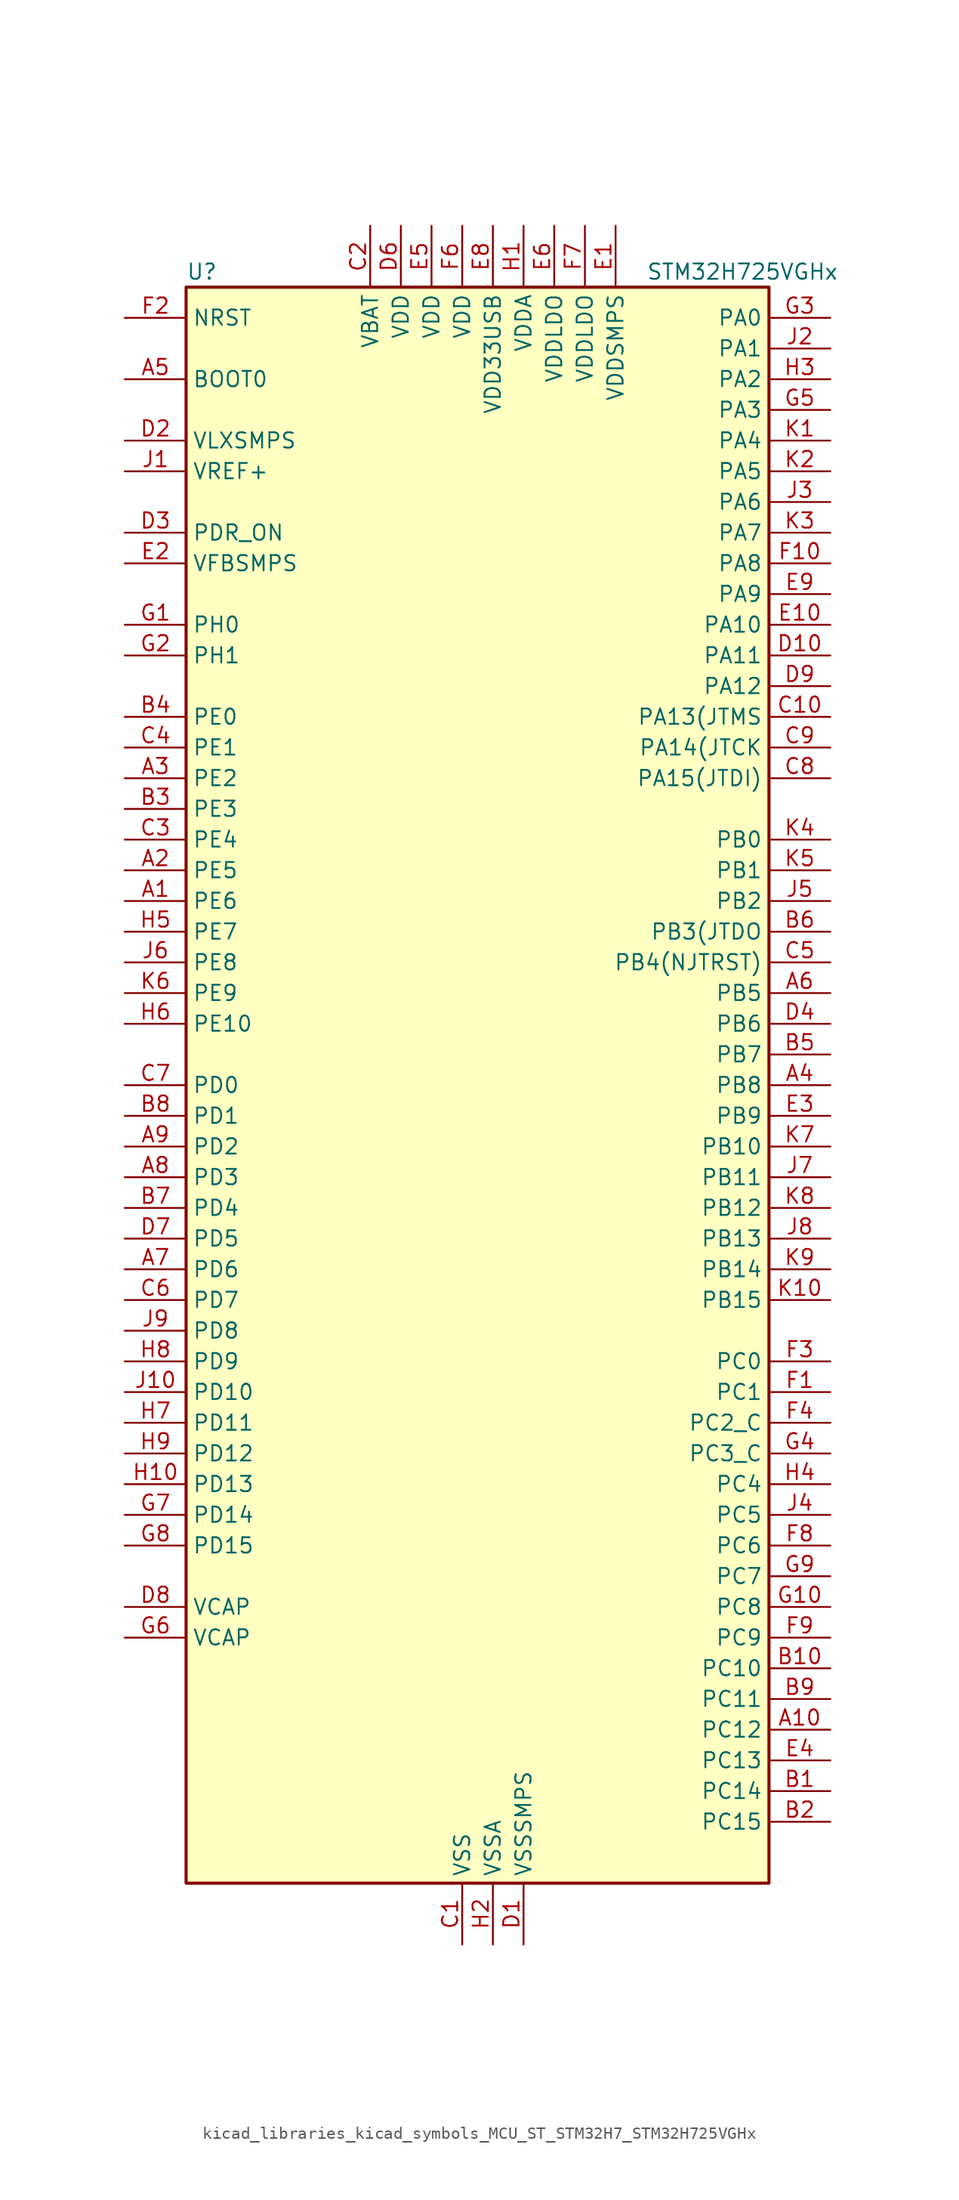
<source format=kicad_sym>
(kicad_symbol_lib
  (version 20220914)
  (generator kicad_symbol_editor)
  (symbol "kicad_libraries_kicad_symbols_MCU_ST_STM32H7_STM32H725VGHx"
    (property "Reference" "U"
      (at -22.86 67.31 0)
      (effects (font (size 1.27 1.27)) (justify left)))
    (property "Value" "STM32H725VGHx"
      (at 15.24 67.31 0)
      (effects (font (size 1.27 1.27)) (justify left)))
    (property "ki_locked" ""
      (at 0 0 0)
      (effects (font (size 1.27 1.27))))
    (symbol "kicad_libraries_kicad_symbols_MCU_ST_STM32H7_STM32H725VGHx_0_1"
      (rectangle (start -22.86 -66.04) (end 25.4 66.04) (stroke (width 0.254) (type default)) (fill (type background))))
    (symbol "kicad_libraries_kicad_symbols_MCU_ST_STM32H7_STM32H725VGHx_1_1"
      (pin bidirectional line (at -27.94 15.24 0) (length 5.08) (name "PE6" (effects (font (size 1.27 1.27)))) (number "A1" (effects (font (size 1.27 1.27)))) (alternate "DCMI_D7" bidirectional line) (alternate "DEBUG_TRACED3" bidirectional line) (alternate "FMC_A22" bidirectional line) (alternate "LTDC_G1" bidirectional line) (alternate "PSSI_D7" bidirectional line) (alternate "SAI1_D1" bidirectional line) (alternate "SAI1_SD_A" bidirectional line) (alternate "SAI4_D1" bidirectional line) (alternate "SAI4_MCLK_B" bidirectional line) (alternate "SAI4_SD_A" bidirectional line) (alternate "SPI4_MOSI" bidirectional line) (alternate "TIM15_CH2" bidirectional line) (alternate "TIM1_BKIN2" bidirectional line) (alternate "TIM1_BKIN2_COMP1" bidirectional line) (alternate "TIM1_BKIN2_COMP2" bidirectional line))
      (pin bidirectional line (at 30.48 -53.34 180) (length 5.08) (name "PC12" (effects (font (size 1.27 1.27)))) (number "A10" (effects (font (size 1.27 1.27)))) (alternate "DCMI_D9" bidirectional line) (alternate "DEBUG_TRACED3" bidirectional line) (alternate "FMC_D6" bidirectional line) (alternate "FMC_DA6" bidirectional line) (alternate "I2C5_SMBA" bidirectional line) (alternate "I2S3_SDO" bidirectional line) (alternate "I2S6_CK" bidirectional line) (alternate "LTDC_R6" bidirectional line) (alternate "PSSI_D9" bidirectional line) (alternate "SDMMC1_CK" bidirectional line) (alternate "SPI3_MOSI" bidirectional line) (alternate "SPI6_SCK" bidirectional line) (alternate "TIM15_CH1" bidirectional line) (alternate "UART5_TX" bidirectional line) (alternate "USART3_CK" bidirectional line))
      (pin bidirectional line (at -27.94 17.78 0) (length 5.08) (name "PE5" (effects (font (size 1.27 1.27)))) (number "A2" (effects (font (size 1.27 1.27)))) (alternate "DCMI_D6" bidirectional line) (alternate "DEBUG_TRACED2" bidirectional line) (alternate "DFSDM1_CKIN3" bidirectional line) (alternate "FMC_A21" bidirectional line) (alternate "LTDC_G0" bidirectional line) (alternate "PSSI_D6" bidirectional line) (alternate "SAI1_CK2" bidirectional line) (alternate "SAI1_SCK_A" bidirectional line) (alternate "SAI4_CK2" bidirectional line) (alternate "SAI4_SCK_A" bidirectional line) (alternate "SPI4_MISO" bidirectional line) (alternate "TIM15_CH1" bidirectional line))
      (pin bidirectional line (at -27.94 25.4 0) (length 5.08) (name "PE2" (effects (font (size 1.27 1.27)))) (number "A3" (effects (font (size 1.27 1.27)))) (alternate "DEBUG_TRACECLK" bidirectional line) (alternate "ETH_TXD3" bidirectional line) (alternate "FMC_A23" bidirectional line) (alternate "OCTOSPIM_P1_IO2" bidirectional line) (alternate "SAI1_CK1" bidirectional line) (alternate "SAI1_MCLK_A" bidirectional line) (alternate "SAI4_CK1" bidirectional line) (alternate "SAI4_MCLK_A" bidirectional line) (alternate "SPI4_SCK" bidirectional line) (alternate "USART10_RX" bidirectional line))
      (pin bidirectional line (at 30.48 0 180) (length 5.08) (name "PB8" (effects (font (size 1.27 1.27)))) (number "A4" (effects (font (size 1.27 1.27)))) (alternate "DCMI_D6" bidirectional line) (alternate "DFSDM1_CKIN7" bidirectional line) (alternate "ETH_TXD3" bidirectional line) (alternate "FDCAN1_RX" bidirectional line) (alternate "I2C1_SCL" bidirectional line) (alternate "I2C4_SCL" bidirectional line) (alternate "LTDC_B6" bidirectional line) (alternate "PSSI_D6" bidirectional line) (alternate "SDMMC1_CKIN" bidirectional line) (alternate "SDMMC1_D4" bidirectional line) (alternate "SDMMC2_D4" bidirectional line) (alternate "TIM16_CH1" bidirectional line) (alternate "TIM4_CH3" bidirectional line) (alternate "UART4_RX" bidirectional line))
      (pin input line (at -27.94 58.42 0) (length 5.08) (name "BOOT0" (effects (font (size 1.27 1.27)))) (number "A5" (effects (font (size 1.27 1.27)))))
      (pin bidirectional line (at 30.48 7.62 180) (length 5.08) (name "PB5" (effects (font (size 1.27 1.27)))) (number "A6" (effects (font (size 1.27 1.27)))) (alternate "DCMI_D10" bidirectional line) (alternate "ETH_PPS_OUT" bidirectional line) (alternate "FDCAN2_RX" bidirectional line) (alternate "FMC_SDCKE1" bidirectional line) (alternate "I2C1_SMBA" bidirectional line) (alternate "I2C4_SMBA" bidirectional line) (alternate "I2S1_SDO" bidirectional line) (alternate "I2S3_SDO" bidirectional line) (alternate "I2S6_SDO" bidirectional line) (alternate "LTDC_B5" bidirectional line) (alternate "PSSI_D10" bidirectional line) (alternate "SPI1_MOSI" bidirectional line) (alternate "SPI3_MOSI" bidirectional line) (alternate "SPI6_MOSI" bidirectional line) (alternate "TIM17_BKIN" bidirectional line) (alternate "TIM3_CH2" bidirectional line) (alternate "UART5_RX" bidirectional line) (alternate "USB_OTG_HS_ULPI_D7" bidirectional line))
      (pin bidirectional line (at -27.94 -15.24 0) (length 5.08) (name "PD6" (effects (font (size 1.27 1.27)))) (number "A7" (effects (font (size 1.27 1.27)))) (alternate "DCMI_D10" bidirectional line) (alternate "DFSDM1_CKIN4" bidirectional line) (alternate "DFSDM1_DATIN1" bidirectional line) (alternate "FMC_NWAIT" bidirectional line) (alternate "I2S3_SDO" bidirectional line) (alternate "LTDC_B2" bidirectional line) (alternate "OCTOSPIM_P1_IO6" bidirectional line) (alternate "PSSI_D10" bidirectional line) (alternate "SAI1_D1" bidirectional line) (alternate "SAI1_SD_A" bidirectional line) (alternate "SAI4_D1" bidirectional line) (alternate "SAI4_SD_A" bidirectional line) (alternate "SDMMC2_CK" bidirectional line) (alternate "SPI3_MOSI" bidirectional line) (alternate "USART2_RX" bidirectional line))
      (pin bidirectional line (at -27.94 -7.62 0) (length 5.08) (name "PD3" (effects (font (size 1.27 1.27)))) (number "A8" (effects (font (size 1.27 1.27)))) (alternate "DCMI_D5" bidirectional line) (alternate "DFSDM1_CKOUT" bidirectional line) (alternate "FMC_CLK" bidirectional line) (alternate "I2S2_CK" bidirectional line) (alternate "LTDC_G7" bidirectional line) (alternate "PSSI_D5" bidirectional line) (alternate "SPI2_SCK" bidirectional line) (alternate "USART2_CTS" bidirectional line) (alternate "USART2_NSS" bidirectional line))
      (pin bidirectional line (at -27.94 -5.08 0) (length 5.08) (name "PD2" (effects (font (size 1.27 1.27)))) (number "A9" (effects (font (size 1.27 1.27)))) (alternate "DCMI_D11" bidirectional line) (alternate "DEBUG_TRACED2" bidirectional line) (alternate "FMC_D7" bidirectional line) (alternate "FMC_DA7" bidirectional line) (alternate "LTDC_B2" bidirectional line) (alternate "LTDC_B7" bidirectional line) (alternate "PSSI_D11" bidirectional line) (alternate "SDMMC1_CMD" bidirectional line) (alternate "TIM15_BKIN" bidirectional line) (alternate "TIM3_ETR" bidirectional line) (alternate "UART5_RX" bidirectional line))
      (pin bidirectional line (at 30.48 -58.42 180) (length 5.08) (name "PC14" (effects (font (size 1.27 1.27)))) (number "B1" (effects (font (size 1.27 1.27)))) (alternate "RCC_OSC32_IN" bidirectional line))
      (pin bidirectional line (at 30.48 -48.26 180) (length 5.08) (name "PC10" (effects (font (size 1.27 1.27)))) (number "B10" (effects (font (size 1.27 1.27)))) (alternate "DCMI_D8" bidirectional line) (alternate "DFSDM1_CKIN5" bidirectional line) (alternate "I2C5_SDA" bidirectional line) (alternate "I2S3_CK" bidirectional line) (alternate "LTDC_B1" bidirectional line) (alternate "LTDC_R2" bidirectional line) (alternate "OCTOSPIM_P1_IO1" bidirectional line) (alternate "PSSI_D8" bidirectional line) (alternate "SDMMC1_D2" bidirectional line) (alternate "SPI3_SCK" bidirectional line) (alternate "SWPMI1_RX" bidirectional line) (alternate "UART4_TX" bidirectional line) (alternate "USART3_TX" bidirectional line))
      (pin bidirectional line (at 30.48 -60.96 180) (length 5.08) (name "PC15" (effects (font (size 1.27 1.27)))) (number "B2" (effects (font (size 1.27 1.27)))) (alternate "ADC1_EXTI15" bidirectional line) (alternate "ADC2_EXTI15" bidirectional line) (alternate "ADC3_EXTI15" bidirectional line) (alternate "RCC_OSC32_OUT" bidirectional line))
      (pin bidirectional line (at -27.94 22.86 0) (length 5.08) (name "PE3" (effects (font (size 1.27 1.27)))) (number "B3" (effects (font (size 1.27 1.27)))) (alternate "DEBUG_TRACED0" bidirectional line) (alternate "FMC_A19" bidirectional line) (alternate "SAI1_SD_B" bidirectional line) (alternate "SAI4_SD_B" bidirectional line) (alternate "TIM15_BKIN" bidirectional line) (alternate "USART10_TX" bidirectional line))
      (pin bidirectional line (at -27.94 30.48 0) (length 5.08) (name "PE0" (effects (font (size 1.27 1.27)))) (number "B4" (effects (font (size 1.27 1.27)))) (alternate "DCMI_D2" bidirectional line) (alternate "FMC_NBL0" bidirectional line) (alternate "LPTIM1_ETR" bidirectional line) (alternate "LPTIM2_ETR" bidirectional line) (alternate "LTDC_R0" bidirectional line) (alternate "PSSI_D2" bidirectional line) (alternate "SAI4_MCLK_A" bidirectional line) (alternate "TIM4_ETR" bidirectional line) (alternate "UART8_RX" bidirectional line))
      (pin bidirectional line (at 30.48 2.54 180) (length 5.08) (name "PB7" (effects (font (size 1.27 1.27)))) (number "B5" (effects (font (size 1.27 1.27)))) (alternate "DCMI_VSYNC" bidirectional line) (alternate "DFSDM1_CKIN5" bidirectional line) (alternate "FMC_NL" bidirectional line) (alternate "I2C1_SDA" bidirectional line) (alternate "I2C4_SDA" bidirectional line) (alternate "LPUART1_RX" bidirectional line) (alternate "PSSI_RDY" bidirectional line) (alternate "PWR_PVD_IN" bidirectional line) (alternate "TIM17_CH1N" bidirectional line) (alternate "TIM4_CH2" bidirectional line) (alternate "USART1_RX" bidirectional line))
      (pin bidirectional line (at 30.48 12.7 180) (length 5.08) (name "PB3(JTDO" (effects (font (size 1.27 1.27)))) (number "B6" (effects (font (size 1.27 1.27)))) (alternate "CRS_SYNC" bidirectional line) (alternate "DEBUG_JTDO-SWO" bidirectional line) (alternate "I2S1_CK" bidirectional line) (alternate "I2S3_CK" bidirectional line) (alternate "I2S6_CK" bidirectional line) (alternate "SDMMC2_D2" bidirectional line) (alternate "SPI1_SCK" bidirectional line) (alternate "SPI3_SCK" bidirectional line) (alternate "SPI6_SCK" bidirectional line) (alternate "TIM24_ETR" bidirectional line) (alternate "TIM2_CH2" bidirectional line) (alternate "UART7_RX" bidirectional line))
      (pin bidirectional line (at -27.94 -10.16 0) (length 5.08) (name "PD4" (effects (font (size 1.27 1.27)))) (number "B7" (effects (font (size 1.27 1.27)))) (alternate "FMC_NOE" bidirectional line) (alternate "OCTOSPIM_P1_IO4" bidirectional line) (alternate "USART2_DE" bidirectional line) (alternate "USART2_RTS" bidirectional line))
      (pin bidirectional line (at -27.94 -2.54 0) (length 5.08) (name "PD1" (effects (font (size 1.27 1.27)))) (number "B8" (effects (font (size 1.27 1.27)))) (alternate "DFSDM1_DATIN6" bidirectional line) (alternate "FDCAN1_TX" bidirectional line) (alternate "FMC_D3" bidirectional line) (alternate "FMC_DA3" bidirectional line) (alternate "UART4_TX" bidirectional line))
      (pin bidirectional line (at 30.48 -50.8 180) (length 5.08) (name "PC11" (effects (font (size 1.27 1.27)))) (number "B9" (effects (font (size 1.27 1.27)))) (alternate "ADC1_EXTI11" bidirectional line) (alternate "ADC2_EXTI11" bidirectional line) (alternate "ADC3_EXTI11" bidirectional line) (alternate "DCMI_D4" bidirectional line) (alternate "DFSDM1_DATIN5" bidirectional line) (alternate "I2C5_SCL" bidirectional line) (alternate "I2S3_SDI" bidirectional line) (alternate "LTDC_B4" bidirectional line) (alternate "OCTOSPIM_P1_NCS" bidirectional line) (alternate "PSSI_D4" bidirectional line) (alternate "SDMMC1_D3" bidirectional line) (alternate "SPI3_MISO" bidirectional line) (alternate "UART4_RX" bidirectional line) (alternate "USART3_RX" bidirectional line))
      (pin power_in line (at 0 -71.12 90) (length 5.08) (name "VSS" (effects (font (size 1.27 1.27)))) (number "C1" (effects (font (size 1.27 1.27)))))
      (pin bidirectional line (at 30.48 30.48 180) (length 5.08) (name "PA13(JTMS" (effects (font (size 1.27 1.27)))) (number "C10" (effects (font (size 1.27 1.27)))) (alternate "DEBUG_JTMS-SWDIO" bidirectional line))
      (pin power_in line (at -7.62 71.12 270) (length 5.08) (name "VBAT" (effects (font (size 1.27 1.27)))) (number "C2" (effects (font (size 1.27 1.27)))))
      (pin bidirectional line (at -27.94 20.32 0) (length 5.08) (name "PE4" (effects (font (size 1.27 1.27)))) (number "C3" (effects (font (size 1.27 1.27)))) (alternate "DCMI_D4" bidirectional line) (alternate "DEBUG_TRACED1" bidirectional line) (alternate "DFSDM1_DATIN3" bidirectional line) (alternate "FMC_A20" bidirectional line) (alternate "LTDC_B0" bidirectional line) (alternate "PSSI_D4" bidirectional line) (alternate "SAI1_D2" bidirectional line) (alternate "SAI1_FS_A" bidirectional line) (alternate "SAI4_D2" bidirectional line) (alternate "SAI4_FS_A" bidirectional line) (alternate "SPI4_NSS" bidirectional line) (alternate "TIM15_CH1N" bidirectional line))
      (pin bidirectional line (at -27.94 27.94 0) (length 5.08) (name "PE1" (effects (font (size 1.27 1.27)))) (number "C4" (effects (font (size 1.27 1.27)))) (alternate "DCMI_D3" bidirectional line) (alternate "FMC_NBL1" bidirectional line) (alternate "LPTIM1_IN2" bidirectional line) (alternate "LTDC_R6" bidirectional line) (alternate "PSSI_D3" bidirectional line) (alternate "UART8_TX" bidirectional line))
      (pin bidirectional line (at 30.48 10.16 180) (length 5.08) (name "PB4(NJTRST)" (effects (font (size 1.27 1.27)))) (number "C5" (effects (font (size 1.27 1.27)))) (alternate "DEBUG_JTRST" bidirectional line) (alternate "I2S1_SDI" bidirectional line) (alternate "I2S2_WS" bidirectional line) (alternate "I2S3_SDI" bidirectional line) (alternate "I2S6_SDI" bidirectional line) (alternate "SDMMC2_D3" bidirectional line) (alternate "SPI1_MISO" bidirectional line) (alternate "SPI2_NSS" bidirectional line) (alternate "SPI3_MISO" bidirectional line) (alternate "SPI6_MISO" bidirectional line) (alternate "TIM16_BKIN" bidirectional line) (alternate "TIM3_CH1" bidirectional line) (alternate "UART7_TX" bidirectional line))
      (pin bidirectional line (at -27.94 -17.78 0) (length 5.08) (name "PD7" (effects (font (size 1.27 1.27)))) (number "C6" (effects (font (size 1.27 1.27)))) (alternate "DFSDM1_CKIN1" bidirectional line) (alternate "DFSDM1_DATIN4" bidirectional line) (alternate "FMC_NE1" bidirectional line) (alternate "I2S1_SDO" bidirectional line) (alternate "OCTOSPIM_P1_IO7" bidirectional line) (alternate "SDMMC2_CMD" bidirectional line) (alternate "SPDIFRX1_IN0" bidirectional line) (alternate "SPI1_MOSI" bidirectional line) (alternate "USART2_CK" bidirectional line))
      (pin bidirectional line (at -27.94 0 0) (length 5.08) (name "PD0" (effects (font (size 1.27 1.27)))) (number "C7" (effects (font (size 1.27 1.27)))) (alternate "DFSDM1_CKIN6" bidirectional line) (alternate "FDCAN1_RX" bidirectional line) (alternate "FMC_D2" bidirectional line) (alternate "FMC_DA2" bidirectional line) (alternate "LTDC_B1" bidirectional line) (alternate "UART4_RX" bidirectional line) (alternate "UART9_CTS" bidirectional line))
      (pin bidirectional line (at 30.48 25.4 180) (length 5.08) (name "PA15(JTDI)" (effects (font (size 1.27 1.27)))) (number "C8" (effects (font (size 1.27 1.27)))) (alternate "ADC1_EXTI15" bidirectional line) (alternate "ADC2_EXTI15" bidirectional line) (alternate "ADC3_EXTI15" bidirectional line) (alternate "CEC" bidirectional line) (alternate "DEBUG_JTDI" bidirectional line) (alternate "I2S1_WS" bidirectional line) (alternate "I2S3_WS" bidirectional line) (alternate "I2S6_WS" bidirectional line) (alternate "LTDC_B6" bidirectional line) (alternate "LTDC_R3" bidirectional line) (alternate "SPI1_NSS" bidirectional line) (alternate "SPI3_NSS" bidirectional line) (alternate "SPI6_NSS" bidirectional line) (alternate "TIM2_CH1" bidirectional line) (alternate "TIM2_ETR" bidirectional line) (alternate "UART4_DE" bidirectional line) (alternate "UART4_RTS" bidirectional line) (alternate "UART7_TX" bidirectional line))
      (pin bidirectional line (at 30.48 27.94 180) (length 5.08) (name "PA14(JTCK" (effects (font (size 1.27 1.27)))) (number "C9" (effects (font (size 1.27 1.27)))) (alternate "DEBUG_JTCK-SWCLK" bidirectional line))
      (pin power_in line (at 5.08 -71.12 90) (length 5.08) (name "VSSSMPS" (effects (font (size 1.27 1.27)))) (number "D1" (effects (font (size 1.27 1.27)))))
      (pin bidirectional line (at 30.48 35.56 180) (length 5.08) (name "PA11" (effects (font (size 1.27 1.27)))) (number "D10" (effects (font (size 1.27 1.27)))) (alternate "ADC1_EXTI11" bidirectional line) (alternate "ADC2_EXTI11" bidirectional line) (alternate "ADC3_EXTI11" bidirectional line) (alternate "FDCAN1_RX" bidirectional line) (alternate "I2S2_WS" bidirectional line) (alternate "LPUART1_CTS" bidirectional line) (alternate "LTDC_R4" bidirectional line) (alternate "SPI2_NSS" bidirectional line) (alternate "TIM1_CH4" bidirectional line) (alternate "UART4_RX" bidirectional line) (alternate "USART1_CTS" bidirectional line) (alternate "USART1_NSS" bidirectional line) (alternate "USB_OTG_HS_DM" bidirectional line))
      (pin power_in line (at -27.94 53.34 0) (length 5.08) (name "VLXSMPS" (effects (font (size 1.27 1.27)))) (number "D2" (effects (font (size 1.27 1.27)))))
      (pin input line (at -27.94 45.72 0) (length 5.08) (name "PDR_ON" (effects (font (size 1.27 1.27)))) (number "D3" (effects (font (size 1.27 1.27)))))
      (pin bidirectional line (at 30.48 5.08 180) (length 5.08) (name "PB6" (effects (font (size 1.27 1.27)))) (number "D4" (effects (font (size 1.27 1.27)))) (alternate "CEC" bidirectional line) (alternate "DCMI_D5" bidirectional line) (alternate "DFSDM1_DATIN5" bidirectional line) (alternate "FDCAN2_TX" bidirectional line) (alternate "FMC_SDNE1" bidirectional line) (alternate "I2C1_SCL" bidirectional line) (alternate "I2C4_SCL" bidirectional line) (alternate "LPUART1_TX" bidirectional line) (alternate "OCTOSPIM_P1_NCS" bidirectional line) (alternate "PSSI_D5" bidirectional line) (alternate "TIM16_CH1N" bidirectional line) (alternate "TIM4_CH1" bidirectional line) (alternate "UART5_TX" bidirectional line) (alternate "USART1_TX" bidirectional line))
      (pin passive line (at 0 -71.12 90) (length 5.08) hide (name "VSS" (effects (font (size 1.27 1.27)))) (number "D5" (effects (font (size 1.27 1.27)))))
      (pin power_in line (at -5.08 71.12 270) (length 5.08) (name "VDD" (effects (font (size 1.27 1.27)))) (number "D6" (effects (font (size 1.27 1.27)))))
      (pin bidirectional line (at -27.94 -12.7 0) (length 5.08) (name "PD5" (effects (font (size 1.27 1.27)))) (number "D7" (effects (font (size 1.27 1.27)))) (alternate "FMC_NWE" bidirectional line) (alternate "OCTOSPIM_P1_IO5" bidirectional line) (alternate "USART2_TX" bidirectional line))
      (pin power_out line (at -27.94 -43.18 0) (length 5.08) (name "VCAP" (effects (font (size 1.27 1.27)))) (number "D8" (effects (font (size 1.27 1.27)))))
      (pin bidirectional line (at 30.48 33.02 180) (length 5.08) (name "PA12" (effects (font (size 1.27 1.27)))) (number "D9" (effects (font (size 1.27 1.27)))) (alternate "FDCAN1_TX" bidirectional line) (alternate "I2S2_CK" bidirectional line) (alternate "LPUART1_DE" bidirectional line) (alternate "LPUART1_RTS" bidirectional line) (alternate "LTDC_R5" bidirectional line) (alternate "SAI4_FS_B" bidirectional line) (alternate "SPI2_SCK" bidirectional line) (alternate "TIM1_BKIN2" bidirectional line) (alternate "TIM1_ETR" bidirectional line) (alternate "UART4_TX" bidirectional line) (alternate "USART1_DE" bidirectional line) (alternate "USART1_RTS" bidirectional line) (alternate "USB_OTG_HS_DP" bidirectional line))
      (pin power_in line (at 12.7 71.12 270) (length 5.08) (name "VDDSMPS" (effects (font (size 1.27 1.27)))) (number "E1" (effects (font (size 1.27 1.27)))))
      (pin bidirectional line (at 30.48 38.1 180) (length 5.08) (name "PA10" (effects (font (size 1.27 1.27)))) (number "E10" (effects (font (size 1.27 1.27)))) (alternate "DCMI_D1" bidirectional line) (alternate "LPUART1_RX" bidirectional line) (alternate "LTDC_B1" bidirectional line) (alternate "LTDC_B4" bidirectional line) (alternate "MDIOS_MDIO" bidirectional line) (alternate "PSSI_D1" bidirectional line) (alternate "TIM1_CH3" bidirectional line) (alternate "USART1_RX" bidirectional line) (alternate "USB_OTG_HS_ID" bidirectional line))
      (pin input line (at -27.94 43.18 0) (length 5.08) (name "VFBSMPS" (effects (font (size 1.27 1.27)))) (number "E2" (effects (font (size 1.27 1.27)))))
      (pin bidirectional line (at 30.48 -2.54 180) (length 5.08) (name "PB9" (effects (font (size 1.27 1.27)))) (number "E3" (effects (font (size 1.27 1.27)))) (alternate "DAC1_EXTI9" bidirectional line) (alternate "DCMI_D7" bidirectional line) (alternate "DFSDM1_DATIN7" bidirectional line) (alternate "FDCAN1_TX" bidirectional line) (alternate "I2C1_SDA" bidirectional line) (alternate "I2C4_SDA" bidirectional line) (alternate "I2C4_SMBA" bidirectional line) (alternate "I2S2_WS" bidirectional line) (alternate "LTDC_B7" bidirectional line) (alternate "PSSI_D7" bidirectional line) (alternate "SDMMC1_CDIR" bidirectional line) (alternate "SDMMC1_D5" bidirectional line) (alternate "SDMMC2_D5" bidirectional line) (alternate "SPI2_NSS" bidirectional line) (alternate "TIM17_CH1" bidirectional line) (alternate "TIM4_CH4" bidirectional line) (alternate "UART4_TX" bidirectional line))
      (pin bidirectional line (at 30.48 -55.88 180) (length 5.08) (name "PC13" (effects (font (size 1.27 1.27)))) (number "E4" (effects (font (size 1.27 1.27)))) (alternate "PWR_WKUP4" bidirectional line) (alternate "RTC_OUT_ALARM" bidirectional line) (alternate "RTC_OUT_CALIB" bidirectional line) (alternate "RTC_TAMP1" bidirectional line) (alternate "RTC_TS" bidirectional line))
      (pin power_in line (at -2.54 71.12 270) (length 5.08) (name "VDD" (effects (font (size 1.27 1.27)))) (number "E5" (effects (font (size 1.27 1.27)))))
      (pin power_in line (at 7.62 71.12 270) (length 5.08) (name "VDDLDO" (effects (font (size 1.27 1.27)))) (number "E6" (effects (font (size 1.27 1.27)))))
      (pin passive line (at 0 -71.12 90) (length 5.08) hide (name "VSS" (effects (font (size 1.27 1.27)))) (number "E7" (effects (font (size 1.27 1.27)))))
      (pin power_in line (at 2.54 71.12 270) (length 5.08) (name "VDD33USB" (effects (font (size 1.27 1.27)))) (number "E8" (effects (font (size 1.27 1.27)))))
      (pin bidirectional line (at 30.48 40.64 180) (length 5.08) (name "PA9" (effects (font (size 1.27 1.27)))) (number "E9" (effects (font (size 1.27 1.27)))) (alternate "DAC1_EXTI9" bidirectional line) (alternate "DCMI_D0" bidirectional line) (alternate "ETH_TX_ER" bidirectional line) (alternate "I2C3_SMBA" bidirectional line) (alternate "I2C5_SMBA" bidirectional line) (alternate "I2S2_CK" bidirectional line) (alternate "LPUART1_TX" bidirectional line) (alternate "LTDC_R5" bidirectional line) (alternate "PSSI_D0" bidirectional line) (alternate "SPI2_SCK" bidirectional line) (alternate "TIM1_CH2" bidirectional line) (alternate "USART1_TX" bidirectional line) (alternate "USB_OTG_HS_VBUS" bidirectional line))
      (pin bidirectional line (at 30.48 -25.4 180) (length 5.08) (name "PC1" (effects (font (size 1.27 1.27)))) (number "F1" (effects (font (size 1.27 1.27)))) (alternate "ADC1_INN10" bidirectional line) (alternate "ADC1_INP11" bidirectional line) (alternate "ADC2_INN10" bidirectional line) (alternate "ADC2_INP11" bidirectional line) (alternate "ADC3_INN10" bidirectional line) (alternate "ADC3_INP11" bidirectional line) (alternate "DEBUG_TRACED0" bidirectional line) (alternate "DFSDM1_CKIN4" bidirectional line) (alternate "DFSDM1_DATIN0" bidirectional line) (alternate "ETH_MDC" bidirectional line) (alternate "I2S2_SDO" bidirectional line) (alternate "LTDC_G5" bidirectional line) (alternate "MDIOS_MDC" bidirectional line) (alternate "OCTOSPIM_P1_IO4" bidirectional line) (alternate "PWR_WKUP6" bidirectional line) (alternate "RTC_TAMP3" bidirectional line) (alternate "SAI1_D1" bidirectional line) (alternate "SAI1_SD_A" bidirectional line) (alternate "SAI4_D1" bidirectional line) (alternate "SAI4_SD_A" bidirectional line) (alternate "SDMMC2_CK" bidirectional line) (alternate "SPI2_MOSI" bidirectional line))
      (pin bidirectional line (at 30.48 43.18 180) (length 5.08) (name "PA8" (effects (font (size 1.27 1.27)))) (number "F10" (effects (font (size 1.27 1.27)))) (alternate "I2C3_SCL" bidirectional line) (alternate "I2C5_SCL" bidirectional line) (alternate "LTDC_B3" bidirectional line) (alternate "LTDC_R6" bidirectional line) (alternate "RCC_MCO_1" bidirectional line) (alternate "TIM1_CH1" bidirectional line) (alternate "TIM8_BKIN2" bidirectional line) (alternate "TIM8_BKIN2_COMP1" bidirectional line) (alternate "TIM8_BKIN2_COMP2" bidirectional line) (alternate "UART7_RX" bidirectional line) (alternate "USART1_CK" bidirectional line) (alternate "USB_OTG_HS_SOF" bidirectional line))
      (pin input line (at -27.94 63.5 0) (length 5.08) (name "NRST" (effects (font (size 1.27 1.27)))) (number "F2" (effects (font (size 1.27 1.27)))))
      (pin bidirectional line (at 30.48 -22.86 180) (length 5.08) (name "PC0" (effects (font (size 1.27 1.27)))) (number "F3" (effects (font (size 1.27 1.27)))) (alternate "ADC1_INP10" bidirectional line) (alternate "ADC2_INP10" bidirectional line) (alternate "ADC3_INP10" bidirectional line) (alternate "DFSDM1_CKIN0" bidirectional line) (alternate "DFSDM1_DATIN4" bidirectional line) (alternate "FMC_A25" bidirectional line) (alternate "FMC_D12" bidirectional line) (alternate "FMC_DA12" bidirectional line) (alternate "FMC_SDNWE" bidirectional line) (alternate "LTDC_G2" bidirectional line) (alternate "LTDC_R5" bidirectional line) (alternate "SAI4_FS_B" bidirectional line) (alternate "USB_OTG_HS_ULPI_STP" bidirectional line))
      (pin bidirectional line (at 30.48 -27.94 180) (length 5.08) (name "PC2_C" (effects (font (size 1.27 1.27)))) (number "F4" (effects (font (size 1.27 1.27)))) (alternate "ADC3_INN1" bidirectional line) (alternate "ADC3_INP0" bidirectional line) (alternate "DFSDM1_CKIN1" bidirectional line) (alternate "DFSDM1_CKOUT" bidirectional line) (alternate "ETH_TXD2" bidirectional line) (alternate "FMC_SDNE0" bidirectional line) (alternate "I2S2_SDI" bidirectional line) (alternate "OCTOSPIM_P1_IO2" bidirectional line) (alternate "OCTOSPIM_P1_IO5" bidirectional line) (alternate "PWR_CSTOP" bidirectional line) (alternate "SPI2_MISO" bidirectional line) (alternate "USB_OTG_HS_ULPI_DIR" bidirectional line))
      (pin passive line (at 0 -71.12 90) (length 5.08) hide (name "VSS" (effects (font (size 1.27 1.27)))) (number "F5" (effects (font (size 1.27 1.27)))))
      (pin power_in line (at 0 71.12 270) (length 5.08) (name "VDD" (effects (font (size 1.27 1.27)))) (number "F6" (effects (font (size 1.27 1.27)))))
      (pin power_in line (at 10.16 71.12 270) (length 5.08) (name "VDDLDO" (effects (font (size 1.27 1.27)))) (number "F7" (effects (font (size 1.27 1.27)))))
      (pin bidirectional line (at 30.48 -38.1 180) (length 5.08) (name "PC6" (effects (font (size 1.27 1.27)))) (number "F8" (effects (font (size 1.27 1.27)))) (alternate "DCMI_D0" bidirectional line) (alternate "DFSDM1_CKIN3" bidirectional line) (alternate "FMC_NWAIT" bidirectional line) (alternate "I2S2_MCK" bidirectional line) (alternate "LTDC_HSYNC" bidirectional line) (alternate "PSSI_D0" bidirectional line) (alternate "SDMMC1_D0DIR" bidirectional line) (alternate "SDMMC1_D6" bidirectional line) (alternate "SDMMC2_D6" bidirectional line) (alternate "SWPMI1_IO" bidirectional line) (alternate "TIM3_CH1" bidirectional line) (alternate "TIM8_CH1" bidirectional line) (alternate "USART6_TX" bidirectional line))
      (pin bidirectional line (at 30.48 -45.72 180) (length 5.08) (name "PC9" (effects (font (size 1.27 1.27)))) (number "F9" (effects (font (size 1.27 1.27)))) (alternate "DAC1_EXTI9" bidirectional line) (alternate "DCMI_D3" bidirectional line) (alternate "I2C3_SDA" bidirectional line) (alternate "I2C5_SDA" bidirectional line) (alternate "I2S_CKIN" bidirectional line) (alternate "LTDC_B2" bidirectional line) (alternate "LTDC_G3" bidirectional line) (alternate "OCTOSPIM_P1_IO0" bidirectional line) (alternate "PSSI_D3" bidirectional line) (alternate "RCC_MCO_2" bidirectional line) (alternate "SDMMC1_D1" bidirectional line) (alternate "SWPMI1_SUSPEND" bidirectional line) (alternate "TIM3_CH4" bidirectional line) (alternate "TIM8_CH4" bidirectional line) (alternate "UART5_CTS" bidirectional line))
      (pin bidirectional line (at -27.94 38.1 0) (length 5.08) (name "PH0" (effects (font (size 1.27 1.27)))) (number "G1" (effects (font (size 1.27 1.27)))) (alternate "RCC_OSC_IN" bidirectional line))
      (pin bidirectional line (at 30.48 -43.18 180) (length 5.08) (name "PC8" (effects (font (size 1.27 1.27)))) (number "G10" (effects (font (size 1.27 1.27)))) (alternate "DCMI_D2" bidirectional line) (alternate "DEBUG_TRACED1" bidirectional line) (alternate "FMC_INT" bidirectional line) (alternate "FMC_NCE" bidirectional line) (alternate "FMC_NE2" bidirectional line) (alternate "PSSI_D2" bidirectional line) (alternate "SDMMC1_D0" bidirectional line) (alternate "SWPMI1_RX" bidirectional line) (alternate "TIM3_CH3" bidirectional line) (alternate "TIM8_CH3" bidirectional line) (alternate "UART5_DE" bidirectional line) (alternate "UART5_RTS" bidirectional line) (alternate "USART6_CK" bidirectional line))
      (pin bidirectional line (at -27.94 35.56 0) (length 5.08) (name "PH1" (effects (font (size 1.27 1.27)))) (number "G2" (effects (font (size 1.27 1.27)))) (alternate "RCC_OSC_OUT" bidirectional line))
      (pin bidirectional line (at 30.48 63.5 180) (length 5.08) (name "PA0" (effects (font (size 1.27 1.27)))) (number "G3" (effects (font (size 1.27 1.27)))) (alternate "ADC1_INP16" bidirectional line) (alternate "ETH_CRS" bidirectional line) (alternate "FMC_A19" bidirectional line) (alternate "I2S6_WS" bidirectional line) (alternate "PWR_WKUP1" bidirectional line) (alternate "SAI4_SD_B" bidirectional line) (alternate "SDMMC2_CMD" bidirectional line) (alternate "SPI6_NSS" bidirectional line) (alternate "TIM15_BKIN" bidirectional line) (alternate "TIM2_CH1" bidirectional line) (alternate "TIM2_ETR" bidirectional line) (alternate "TIM5_CH1" bidirectional line) (alternate "TIM8_ETR" bidirectional line) (alternate "UART4_TX" bidirectional line) (alternate "USART2_CTS" bidirectional line) (alternate "USART2_NSS" bidirectional line))
      (pin bidirectional line (at 30.48 -30.48 180) (length 5.08) (name "PC3_C" (effects (font (size 1.27 1.27)))) (number "G4" (effects (font (size 1.27 1.27)))) (alternate "ADC3_INP1" bidirectional line) (alternate "DFSDM1_DATIN1" bidirectional line) (alternate "ETH_TX_CLK" bidirectional line) (alternate "FMC_SDCKE0" bidirectional line) (alternate "I2S2_SDO" bidirectional line) (alternate "OCTOSPIM_P1_IO0" bidirectional line) (alternate "OCTOSPIM_P1_IO6" bidirectional line) (alternate "PWR_CSLEEP" bidirectional line) (alternate "SPI2_MOSI" bidirectional line) (alternate "USB_OTG_HS_ULPI_NXT" bidirectional line))
      (pin bidirectional line (at 30.48 55.88 180) (length 5.08) (name "PA3" (effects (font (size 1.27 1.27)))) (number "G5" (effects (font (size 1.27 1.27)))) (alternate "ADC1_INP15" bidirectional line) (alternate "ADC2_INP15" bidirectional line) (alternate "ETH_COL" bidirectional line) (alternate "I2S6_MCK" bidirectional line) (alternate "LPTIM5_OUT" bidirectional line) (alternate "LTDC_B2" bidirectional line) (alternate "LTDC_B5" bidirectional line) (alternate "OCTOSPIM_P1_CLK" bidirectional line) (alternate "OCTOSPIM_P1_IO2" bidirectional line) (alternate "TIM15_CH2" bidirectional line) (alternate "TIM2_CH4" bidirectional line) (alternate "TIM5_CH4" bidirectional line) (alternate "USART2_RX" bidirectional line) (alternate "USB_OTG_HS_ULPI_D0" bidirectional line))
      (pin power_out line (at -27.94 -45.72 0) (length 5.08) (name "VCAP" (effects (font (size 1.27 1.27)))) (number "G6" (effects (font (size 1.27 1.27)))))
      (pin bidirectional line (at -27.94 -35.56 0) (length 5.08) (name "PD14" (effects (font (size 1.27 1.27)))) (number "G7" (effects (font (size 1.27 1.27)))) (alternate "FMC_D0" bidirectional line) (alternate "FMC_DA0" bidirectional line) (alternate "TIM4_CH3" bidirectional line) (alternate "UART8_CTS" bidirectional line) (alternate "UART9_RX" bidirectional line))
      (pin bidirectional line (at -27.94 -38.1 0) (length 5.08) (name "PD15" (effects (font (size 1.27 1.27)))) (number "G8" (effects (font (size 1.27 1.27)))) (alternate "ADC1_EXTI15" bidirectional line) (alternate "ADC2_EXTI15" bidirectional line) (alternate "ADC3_EXTI15" bidirectional line) (alternate "FMC_D1" bidirectional line) (alternate "FMC_DA1" bidirectional line) (alternate "TIM4_CH4" bidirectional line) (alternate "UART8_DE" bidirectional line) (alternate "UART8_RTS" bidirectional line) (alternate "UART9_TX" bidirectional line))
      (pin bidirectional line (at 30.48 -40.64 180) (length 5.08) (name "PC7" (effects (font (size 1.27 1.27)))) (number "G9" (effects (font (size 1.27 1.27)))) (alternate "DCMI_D1" bidirectional line) (alternate "DEBUG_TRGIO" bidirectional line) (alternate "DFSDM1_DATIN3" bidirectional line) (alternate "FMC_NE1" bidirectional line) (alternate "I2S3_MCK" bidirectional line) (alternate "LTDC_G6" bidirectional line) (alternate "PSSI_D1" bidirectional line) (alternate "SDMMC1_D123DIR" bidirectional line) (alternate "SDMMC1_D7" bidirectional line) (alternate "SDMMC2_D7" bidirectional line) (alternate "SWPMI1_TX" bidirectional line) (alternate "TIM3_CH2" bidirectional line) (alternate "TIM8_CH2" bidirectional line) (alternate "USART6_RX" bidirectional line))
      (pin power_in line (at 5.08 71.12 270) (length 5.08) (name "VDDA" (effects (font (size 1.27 1.27)))) (number "H1" (effects (font (size 1.27 1.27)))))
      (pin bidirectional line (at -27.94 -33.02 0) (length 5.08) (name "PD13" (effects (font (size 1.27 1.27)))) (number "H10" (effects (font (size 1.27 1.27)))) (alternate "DCMI_D13" bidirectional line) (alternate "FDCAN3_TX" bidirectional line) (alternate "FMC_A18" bidirectional line) (alternate "I2C4_SDA" bidirectional line) (alternate "LPTIM1_OUT" bidirectional line) (alternate "OCTOSPIM_P1_IO3" bidirectional line) (alternate "PSSI_D13" bidirectional line) (alternate "SAI4_SCK_A" bidirectional line) (alternate "TIM4_CH2" bidirectional line) (alternate "UART9_DE" bidirectional line) (alternate "UART9_RTS" bidirectional line))
      (pin power_in line (at 2.54 -71.12 90) (length 5.08) (name "VSSA" (effects (font (size 1.27 1.27)))) (number "H2" (effects (font (size 1.27 1.27)))))
      (pin bidirectional line (at 30.48 58.42 180) (length 5.08) (name "PA2" (effects (font (size 1.27 1.27)))) (number "H3" (effects (font (size 1.27 1.27)))) (alternate "ADC1_INP14" bidirectional line) (alternate "ADC2_INP14" bidirectional line) (alternate "ETH_MDIO" bidirectional line) (alternate "LPTIM4_OUT" bidirectional line) (alternate "LTDC_R1" bidirectional line) (alternate "MDIOS_MDIO" bidirectional line) (alternate "OCTOSPIM_P1_IO0" bidirectional line) (alternate "PWR_WKUP2" bidirectional line) (alternate "SAI4_SCK_B" bidirectional line) (alternate "TIM15_CH1" bidirectional line) (alternate "TIM2_CH3" bidirectional line) (alternate "TIM5_CH3" bidirectional line) (alternate "USART2_TX" bidirectional line))
      (pin bidirectional line (at 30.48 -33.02 180) (length 5.08) (name "PC4" (effects (font (size 1.27 1.27)))) (number "H4" (effects (font (size 1.27 1.27)))) (alternate "ADC1_INP4" bidirectional line) (alternate "ADC2_INP4" bidirectional line) (alternate "COMP1_INM" bidirectional line) (alternate "DFSDM1_CKIN2" bidirectional line) (alternate "ETH_RXD0" bidirectional line) (alternate "FMC_A22" bidirectional line) (alternate "FMC_SDNE0" bidirectional line) (alternate "I2S1_MCK" bidirectional line) (alternate "LTDC_R7" bidirectional line) (alternate "OPAMP1_VOUT" bidirectional line) (alternate "SDMMC2_CKIN" bidirectional line) (alternate "SPDIFRX1_IN2" bidirectional line))
      (pin bidirectional line (at -27.94 12.7 0) (length 5.08) (name "PE7" (effects (font (size 1.27 1.27)))) (number "H5" (effects (font (size 1.27 1.27)))) (alternate "COMP2_INM" bidirectional line) (alternate "DFSDM1_DATIN2" bidirectional line) (alternate "FMC_D4" bidirectional line) (alternate "FMC_DA4" bidirectional line) (alternate "OCTOSPIM_P1_IO4" bidirectional line) (alternate "OPAMP2_VOUT" bidirectional line) (alternate "TIM1_ETR" bidirectional line) (alternate "UART7_RX" bidirectional line))
      (pin bidirectional line (at -27.94 5.08 0) (length 5.08) (name "PE10" (effects (font (size 1.27 1.27)))) (number "H6" (effects (font (size 1.27 1.27)))) (alternate "COMP2_INM" bidirectional line) (alternate "DFSDM1_DATIN4" bidirectional line) (alternate "FMC_D7" bidirectional line) (alternate "FMC_DA7" bidirectional line) (alternate "OCTOSPIM_P1_IO7" bidirectional line) (alternate "TIM1_CH2N" bidirectional line) (alternate "UART7_CTS" bidirectional line))
      (pin bidirectional line (at -27.94 -27.94 0) (length 5.08) (name "PD11" (effects (font (size 1.27 1.27)))) (number "H7" (effects (font (size 1.27 1.27)))) (alternate "ADC1_EXTI11" bidirectional line) (alternate "ADC2_EXTI11" bidirectional line) (alternate "ADC3_EXTI11" bidirectional line) (alternate "FMC_A16" bidirectional line) (alternate "FMC_CLE" bidirectional line) (alternate "I2C4_SMBA" bidirectional line) (alternate "LPTIM2_IN2" bidirectional line) (alternate "OCTOSPIM_P1_IO0" bidirectional line) (alternate "SAI4_SD_A" bidirectional line) (alternate "USART3_CTS" bidirectional line) (alternate "USART3_NSS" bidirectional line))
      (pin bidirectional line (at -27.94 -22.86 0) (length 5.08) (name "PD9" (effects (font (size 1.27 1.27)))) (number "H8" (effects (font (size 1.27 1.27)))) (alternate "DAC1_EXTI9" bidirectional line) (alternate "DFSDM1_DATIN3" bidirectional line) (alternate "FMC_D14" bidirectional line) (alternate "FMC_DA14" bidirectional line) (alternate "USART3_RX" bidirectional line))
      (pin bidirectional line (at -27.94 -30.48 0) (length 5.08) (name "PD12" (effects (font (size 1.27 1.27)))) (number "H9" (effects (font (size 1.27 1.27)))) (alternate "DCMI_D12" bidirectional line) (alternate "FDCAN3_RX" bidirectional line) (alternate "FMC_A17" bidirectional line) (alternate "FMC_ALE" bidirectional line) (alternate "I2C4_SCL" bidirectional line) (alternate "LPTIM1_IN1" bidirectional line) (alternate "LPTIM2_IN1" bidirectional line) (alternate "OCTOSPIM_P1_IO1" bidirectional line) (alternate "PSSI_D12" bidirectional line) (alternate "SAI4_FS_A" bidirectional line) (alternate "TIM4_CH1" bidirectional line) (alternate "USART3_DE" bidirectional line) (alternate "USART3_RTS" bidirectional line))
      (pin input line (at -27.94 50.8 0) (length 5.08) (name "VREF+" (effects (font (size 1.27 1.27)))) (number "J1" (effects (font (size 1.27 1.27)))) (alternate "VREFBUF_OUT" bidirectional line))
      (pin bidirectional line (at -27.94 -25.4 0) (length 5.08) (name "PD10" (effects (font (size 1.27 1.27)))) (number "J10" (effects (font (size 1.27 1.27)))) (alternate "DFSDM1_CKOUT" bidirectional line) (alternate "FMC_D15" bidirectional line) (alternate "FMC_DA15" bidirectional line) (alternate "LTDC_B3" bidirectional line) (alternate "USART3_CK" bidirectional line))
      (pin bidirectional line (at 30.48 60.96 180) (length 5.08) (name "PA1" (effects (font (size 1.27 1.27)))) (number "J2" (effects (font (size 1.27 1.27)))) (alternate "ADC1_INN16" bidirectional line) (alternate "ADC1_INP17" bidirectional line) (alternate "ETH_REF_CLK" bidirectional line) (alternate "ETH_RX_CLK" bidirectional line) (alternate "LPTIM3_OUT" bidirectional line) (alternate "LTDC_R2" bidirectional line) (alternate "OCTOSPIM_P1_DQS" bidirectional line) (alternate "OCTOSPIM_P1_IO3" bidirectional line) (alternate "SAI4_MCLK_B" bidirectional line) (alternate "TIM15_CH1N" bidirectional line) (alternate "TIM2_CH2" bidirectional line) (alternate "TIM5_CH2" bidirectional line) (alternate "UART4_RX" bidirectional line) (alternate "USART2_DE" bidirectional line) (alternate "USART2_RTS" bidirectional line))
      (pin bidirectional line (at 30.48 48.26 180) (length 5.08) (name "PA6" (effects (font (size 1.27 1.27)))) (number "J3" (effects (font (size 1.27 1.27)))) (alternate "ADC1_INP3" bidirectional line) (alternate "ADC2_INP3" bidirectional line) (alternate "DCMI_PIXCLK" bidirectional line) (alternate "I2S1_SDI" bidirectional line) (alternate "I2S6_SDI" bidirectional line) (alternate "LTDC_G2" bidirectional line) (alternate "MDIOS_MDC" bidirectional line) (alternate "OCTOSPIM_P1_IO3" bidirectional line) (alternate "PSSI_PDCK" bidirectional line) (alternate "SPI1_MISO" bidirectional line) (alternate "SPI6_MISO" bidirectional line) (alternate "TIM13_CH1" bidirectional line) (alternate "TIM1_BKIN" bidirectional line) (alternate "TIM1_BKIN_COMP1" bidirectional line) (alternate "TIM1_BKIN_COMP2" bidirectional line) (alternate "TIM3_CH1" bidirectional line) (alternate "TIM8_BKIN" bidirectional line) (alternate "TIM8_BKIN_COMP1" bidirectional line) (alternate "TIM8_BKIN_COMP2" bidirectional line))
      (pin bidirectional line (at 30.48 -35.56 180) (length 5.08) (name "PC5" (effects (font (size 1.27 1.27)))) (number "J4" (effects (font (size 1.27 1.27)))) (alternate "ADC1_INN4" bidirectional line) (alternate "ADC1_INP8" bidirectional line) (alternate "ADC2_INN4" bidirectional line) (alternate "ADC2_INP8" bidirectional line) (alternate "COMP1_OUT" bidirectional line) (alternate "DFSDM1_DATIN2" bidirectional line) (alternate "ETH_RXD1" bidirectional line) (alternate "FMC_SDCKE0" bidirectional line) (alternate "LTDC_DE" bidirectional line) (alternate "OCTOSPIM_P1_DQS" bidirectional line) (alternate "OPAMP1_VINM" bidirectional line) (alternate "PSSI_D15" bidirectional line) (alternate "SAI1_D3" bidirectional line) (alternate "SAI4_D3" bidirectional line) (alternate "SPDIFRX1_IN3" bidirectional line))
      (pin bidirectional line (at 30.48 15.24 180) (length 5.08) (name "PB2" (effects (font (size 1.27 1.27)))) (number "J5" (effects (font (size 1.27 1.27)))) (alternate "COMP1_INP" bidirectional line) (alternate "DFSDM1_CKIN1" bidirectional line) (alternate "ETH_TX_ER" bidirectional line) (alternate "I2S3_SDO" bidirectional line) (alternate "OCTOSPIM_P1_CLK" bidirectional line) (alternate "OCTOSPIM_P1_DQS" bidirectional line) (alternate "RTC_OUT_ALARM" bidirectional line) (alternate "RTC_OUT_CALIB" bidirectional line) (alternate "SAI1_D1" bidirectional line) (alternate "SAI1_SD_A" bidirectional line) (alternate "SAI4_D1" bidirectional line) (alternate "SAI4_SD_A" bidirectional line) (alternate "SPI3_MOSI" bidirectional line) (alternate "TIM23_ETR" bidirectional line))
      (pin bidirectional line (at -27.94 10.16 0) (length 5.08) (name "PE8" (effects (font (size 1.27 1.27)))) (number "J6" (effects (font (size 1.27 1.27)))) (alternate "COMP2_OUT" bidirectional line) (alternate "DFSDM1_CKIN2" bidirectional line) (alternate "FMC_D5" bidirectional line) (alternate "FMC_DA5" bidirectional line) (alternate "OCTOSPIM_P1_IO5" bidirectional line) (alternate "OPAMP2_VINM" bidirectional line) (alternate "TIM1_CH1N" bidirectional line) (alternate "UART7_TX" bidirectional line))
      (pin bidirectional line (at 30.48 -7.62 180) (length 5.08) (name "PB11" (effects (font (size 1.27 1.27)))) (number "J7" (effects (font (size 1.27 1.27)))) (alternate "ADC1_EXTI11" bidirectional line) (alternate "ADC2_EXTI11" bidirectional line) (alternate "ADC3_EXTI11" bidirectional line) (alternate "DFSDM1_CKIN7" bidirectional line) (alternate "ETH_TX_EN" bidirectional line) (alternate "I2C2_SDA" bidirectional line) (alternate "LPTIM2_ETR" bidirectional line) (alternate "LTDC_G5" bidirectional line) (alternate "TIM2_CH4" bidirectional line) (alternate "USART3_RX" bidirectional line) (alternate "USB_OTG_HS_ULPI_D4" bidirectional line))
      (pin bidirectional line (at 30.48 -12.7 180) (length 5.08) (name "PB13" (effects (font (size 1.27 1.27)))) (number "J8" (effects (font (size 1.27 1.27)))) (alternate "DCMI_D2" bidirectional line) (alternate "DFSDM1_CKIN1" bidirectional line) (alternate "ETH_TXD1" bidirectional line) (alternate "FDCAN2_TX" bidirectional line) (alternate "I2S2_CK" bidirectional line) (alternate "LPTIM2_OUT" bidirectional line) (alternate "OCTOSPIM_P1_IO2" bidirectional line) (alternate "PSSI_D2" bidirectional line) (alternate "SDMMC1_D0" bidirectional line) (alternate "SPI2_SCK" bidirectional line) (alternate "TIM1_CH1N" bidirectional line) (alternate "UART5_TX" bidirectional line) (alternate "USART3_CTS" bidirectional line) (alternate "USART3_NSS" bidirectional line) (alternate "USB_OTG_HS_ULPI_D6" bidirectional line))
      (pin bidirectional line (at -27.94 -20.32 0) (length 5.08) (name "PD8" (effects (font (size 1.27 1.27)))) (number "J9" (effects (font (size 1.27 1.27)))) (alternate "DFSDM1_CKIN3" bidirectional line) (alternate "FMC_D13" bidirectional line) (alternate "FMC_DA13" bidirectional line) (alternate "SPDIFRX1_IN1" bidirectional line) (alternate "USART3_TX" bidirectional line))
      (pin bidirectional line (at 30.48 53.34 180) (length 5.08) (name "PA4" (effects (font (size 1.27 1.27)))) (number "K1" (effects (font (size 1.27 1.27)))) (alternate "ADC1_INP18" bidirectional line) (alternate "ADC2_INP18" bidirectional line) (alternate "DAC1_OUT1" bidirectional line) (alternate "DCMI_HSYNC" bidirectional line) (alternate "FMC_D8" bidirectional line) (alternate "FMC_DA8" bidirectional line) (alternate "I2S1_WS" bidirectional line) (alternate "I2S3_WS" bidirectional line) (alternate "I2S6_WS" bidirectional line) (alternate "LTDC_VSYNC" bidirectional line) (alternate "PSSI_DE" bidirectional line) (alternate "SPI1_NSS" bidirectional line) (alternate "SPI3_NSS" bidirectional line) (alternate "SPI6_NSS" bidirectional line) (alternate "TIM5_ETR" bidirectional line) (alternate "USART2_CK" bidirectional line))
      (pin bidirectional line (at 30.48 -17.78 180) (length 5.08) (name "PB15" (effects (font (size 1.27 1.27)))) (number "K10" (effects (font (size 1.27 1.27)))) (alternate "ADC1_EXTI15" bidirectional line) (alternate "ADC2_EXTI15" bidirectional line) (alternate "ADC3_EXTI15" bidirectional line) (alternate "DFSDM1_CKIN2" bidirectional line) (alternate "FMC_D11" bidirectional line) (alternate "FMC_DA11" bidirectional line) (alternate "I2S2_SDO" bidirectional line) (alternate "LTDC_G7" bidirectional line) (alternate "RTC_REFIN" bidirectional line) (alternate "SDMMC2_D1" bidirectional line) (alternate "SPI2_MOSI" bidirectional line) (alternate "TIM12_CH2" bidirectional line) (alternate "TIM1_CH3N" bidirectional line) (alternate "TIM8_CH3N" bidirectional line) (alternate "UART4_CTS" bidirectional line) (alternate "USART1_RX" bidirectional line))
      (pin bidirectional line (at 30.48 50.8 180) (length 5.08) (name "PA5" (effects (font (size 1.27 1.27)))) (number "K2" (effects (font (size 1.27 1.27)))) (alternate "ADC1_INN18" bidirectional line) (alternate "ADC1_INP19" bidirectional line) (alternate "ADC2_INN18" bidirectional line) (alternate "ADC2_INP19" bidirectional line) (alternate "DAC1_OUT2" bidirectional line) (alternate "FMC_D9" bidirectional line) (alternate "FMC_DA9" bidirectional line) (alternate "I2S1_CK" bidirectional line) (alternate "I2S6_CK" bidirectional line) (alternate "LTDC_R4" bidirectional line) (alternate "PSSI_D14" bidirectional line) (alternate "PWR_NDSTOP2" bidirectional line) (alternate "SPI1_SCK" bidirectional line) (alternate "SPI6_SCK" bidirectional line) (alternate "TIM2_CH1" bidirectional line) (alternate "TIM2_ETR" bidirectional line) (alternate "TIM8_CH1N" bidirectional line) (alternate "USB_OTG_HS_ULPI_CK" bidirectional line))
      (pin bidirectional line (at 30.48 45.72 180) (length 5.08) (name "PA7" (effects (font (size 1.27 1.27)))) (number "K3" (effects (font (size 1.27 1.27)))) (alternate "ADC1_INN3" bidirectional line) (alternate "ADC1_INP7" bidirectional line) (alternate "ADC2_INN3" bidirectional line) (alternate "ADC2_INP7" bidirectional line) (alternate "ETH_CRS_DV" bidirectional line) (alternate "ETH_RX_DV" bidirectional line) (alternate "FMC_SDNWE" bidirectional line) (alternate "I2S1_SDO" bidirectional line) (alternate "I2S6_SDO" bidirectional line) (alternate "LTDC_VSYNC" bidirectional line) (alternate "OCTOSPIM_P1_IO2" bidirectional line) (alternate "OPAMP1_VINM" bidirectional line) (alternate "SPI1_MOSI" bidirectional line) (alternate "SPI6_MOSI" bidirectional line) (alternate "TIM14_CH1" bidirectional line) (alternate "TIM1_CH1N" bidirectional line) (alternate "TIM3_CH2" bidirectional line) (alternate "TIM8_CH1N" bidirectional line))
      (pin bidirectional line (at 30.48 20.32 180) (length 5.08) (name "PB0" (effects (font (size 1.27 1.27)))) (number "K4" (effects (font (size 1.27 1.27)))) (alternate "ADC1_INN5" bidirectional line) (alternate "ADC1_INP9" bidirectional line) (alternate "ADC2_INN5" bidirectional line) (alternate "ADC2_INP9" bidirectional line) (alternate "COMP1_INP" bidirectional line) (alternate "DFSDM1_CKOUT" bidirectional line) (alternate "ETH_RXD2" bidirectional line) (alternate "LTDC_G1" bidirectional line) (alternate "LTDC_R3" bidirectional line) (alternate "OCTOSPIM_P1_IO1" bidirectional line) (alternate "OPAMP1_VINP" bidirectional line) (alternate "TIM1_CH2N" bidirectional line) (alternate "TIM3_CH3" bidirectional line) (alternate "TIM8_CH2N" bidirectional line) (alternate "UART4_CTS" bidirectional line) (alternate "USB_OTG_HS_ULPI_D1" bidirectional line))
      (pin bidirectional line (at 30.48 17.78 180) (length 5.08) (name "PB1" (effects (font (size 1.27 1.27)))) (number "K5" (effects (font (size 1.27 1.27)))) (alternate "ADC1_INP5" bidirectional line) (alternate "ADC2_INP5" bidirectional line) (alternate "COMP1_INM" bidirectional line) (alternate "DFSDM1_DATIN1" bidirectional line) (alternate "ETH_RXD3" bidirectional line) (alternate "LTDC_G0" bidirectional line) (alternate "LTDC_R6" bidirectional line) (alternate "OCTOSPIM_P1_IO0" bidirectional line) (alternate "TIM1_CH3N" bidirectional line) (alternate "TIM3_CH4" bidirectional line) (alternate "TIM8_CH3N" bidirectional line) (alternate "USB_OTG_HS_ULPI_D2" bidirectional line))
      (pin bidirectional line (at -27.94 7.62 0) (length 5.08) (name "PE9" (effects (font (size 1.27 1.27)))) (number "K6" (effects (font (size 1.27 1.27)))) (alternate "COMP2_INP" bidirectional line) (alternate "DAC1_EXTI9" bidirectional line) (alternate "DFSDM1_CKOUT" bidirectional line) (alternate "FMC_D6" bidirectional line) (alternate "FMC_DA6" bidirectional line) (alternate "OCTOSPIM_P1_IO6" bidirectional line) (alternate "OPAMP2_VINP" bidirectional line) (alternate "TIM1_CH1" bidirectional line) (alternate "UART7_DE" bidirectional line) (alternate "UART7_RTS" bidirectional line))
      (pin bidirectional line (at 30.48 -5.08 180) (length 5.08) (name "PB10" (effects (font (size 1.27 1.27)))) (number "K7" (effects (font (size 1.27 1.27)))) (alternate "DFSDM1_DATIN7" bidirectional line) (alternate "ETH_RX_ER" bidirectional line) (alternate "I2C2_SCL" bidirectional line) (alternate "I2S2_CK" bidirectional line) (alternate "LPTIM2_IN1" bidirectional line) (alternate "LTDC_G4" bidirectional line) (alternate "OCTOSPIM_P1_NCS" bidirectional line) (alternate "SPI2_SCK" bidirectional line) (alternate "TIM2_CH3" bidirectional line) (alternate "USART3_TX" bidirectional line) (alternate "USB_OTG_HS_ULPI_D3" bidirectional line))
      (pin bidirectional line (at 30.48 -10.16 180) (length 5.08) (name "PB12" (effects (font (size 1.27 1.27)))) (number "K8" (effects (font (size 1.27 1.27)))) (alternate "DFSDM1_DATIN1" bidirectional line) (alternate "ETH_TXD0" bidirectional line) (alternate "FDCAN2_RX" bidirectional line) (alternate "I2C2_SMBA" bidirectional line) (alternate "I2S2_WS" bidirectional line) (alternate "OCTOSPIM_P1_IO0" bidirectional line) (alternate "OCTOSPIM_P1_NCLK" bidirectional line) (alternate "SPI2_NSS" bidirectional line) (alternate "TIM1_BKIN" bidirectional line) (alternate "TIM1_BKIN_COMP1" bidirectional line) (alternate "TIM1_BKIN_COMP2" bidirectional line) (alternate "UART5_RX" bidirectional line) (alternate "USART3_CK" bidirectional line) (alternate "USB_OTG_HS_ULPI_D5" bidirectional line))
      (pin bidirectional line (at 30.48 -15.24 180) (length 5.08) (name "PB14" (effects (font (size 1.27 1.27)))) (number "K9" (effects (font (size 1.27 1.27)))) (alternate "DFSDM1_DATIN2" bidirectional line) (alternate "FMC_D10" bidirectional line) (alternate "FMC_DA10" bidirectional line) (alternate "I2S2_SDI" bidirectional line) (alternate "LTDC_CLK" bidirectional line) (alternate "SDMMC2_D0" bidirectional line) (alternate "SPI2_MISO" bidirectional line) (alternate "TIM12_CH1" bidirectional line) (alternate "TIM1_CH2N" bidirectional line) (alternate "TIM8_CH2N" bidirectional line) (alternate "UART4_DE" bidirectional line) (alternate "UART4_RTS" bidirectional line) (alternate "USART1_TX" bidirectional line) (alternate "USART3_DE" bidirectional line) (alternate "USART3_RTS" bidirectional line)))))
</source>
